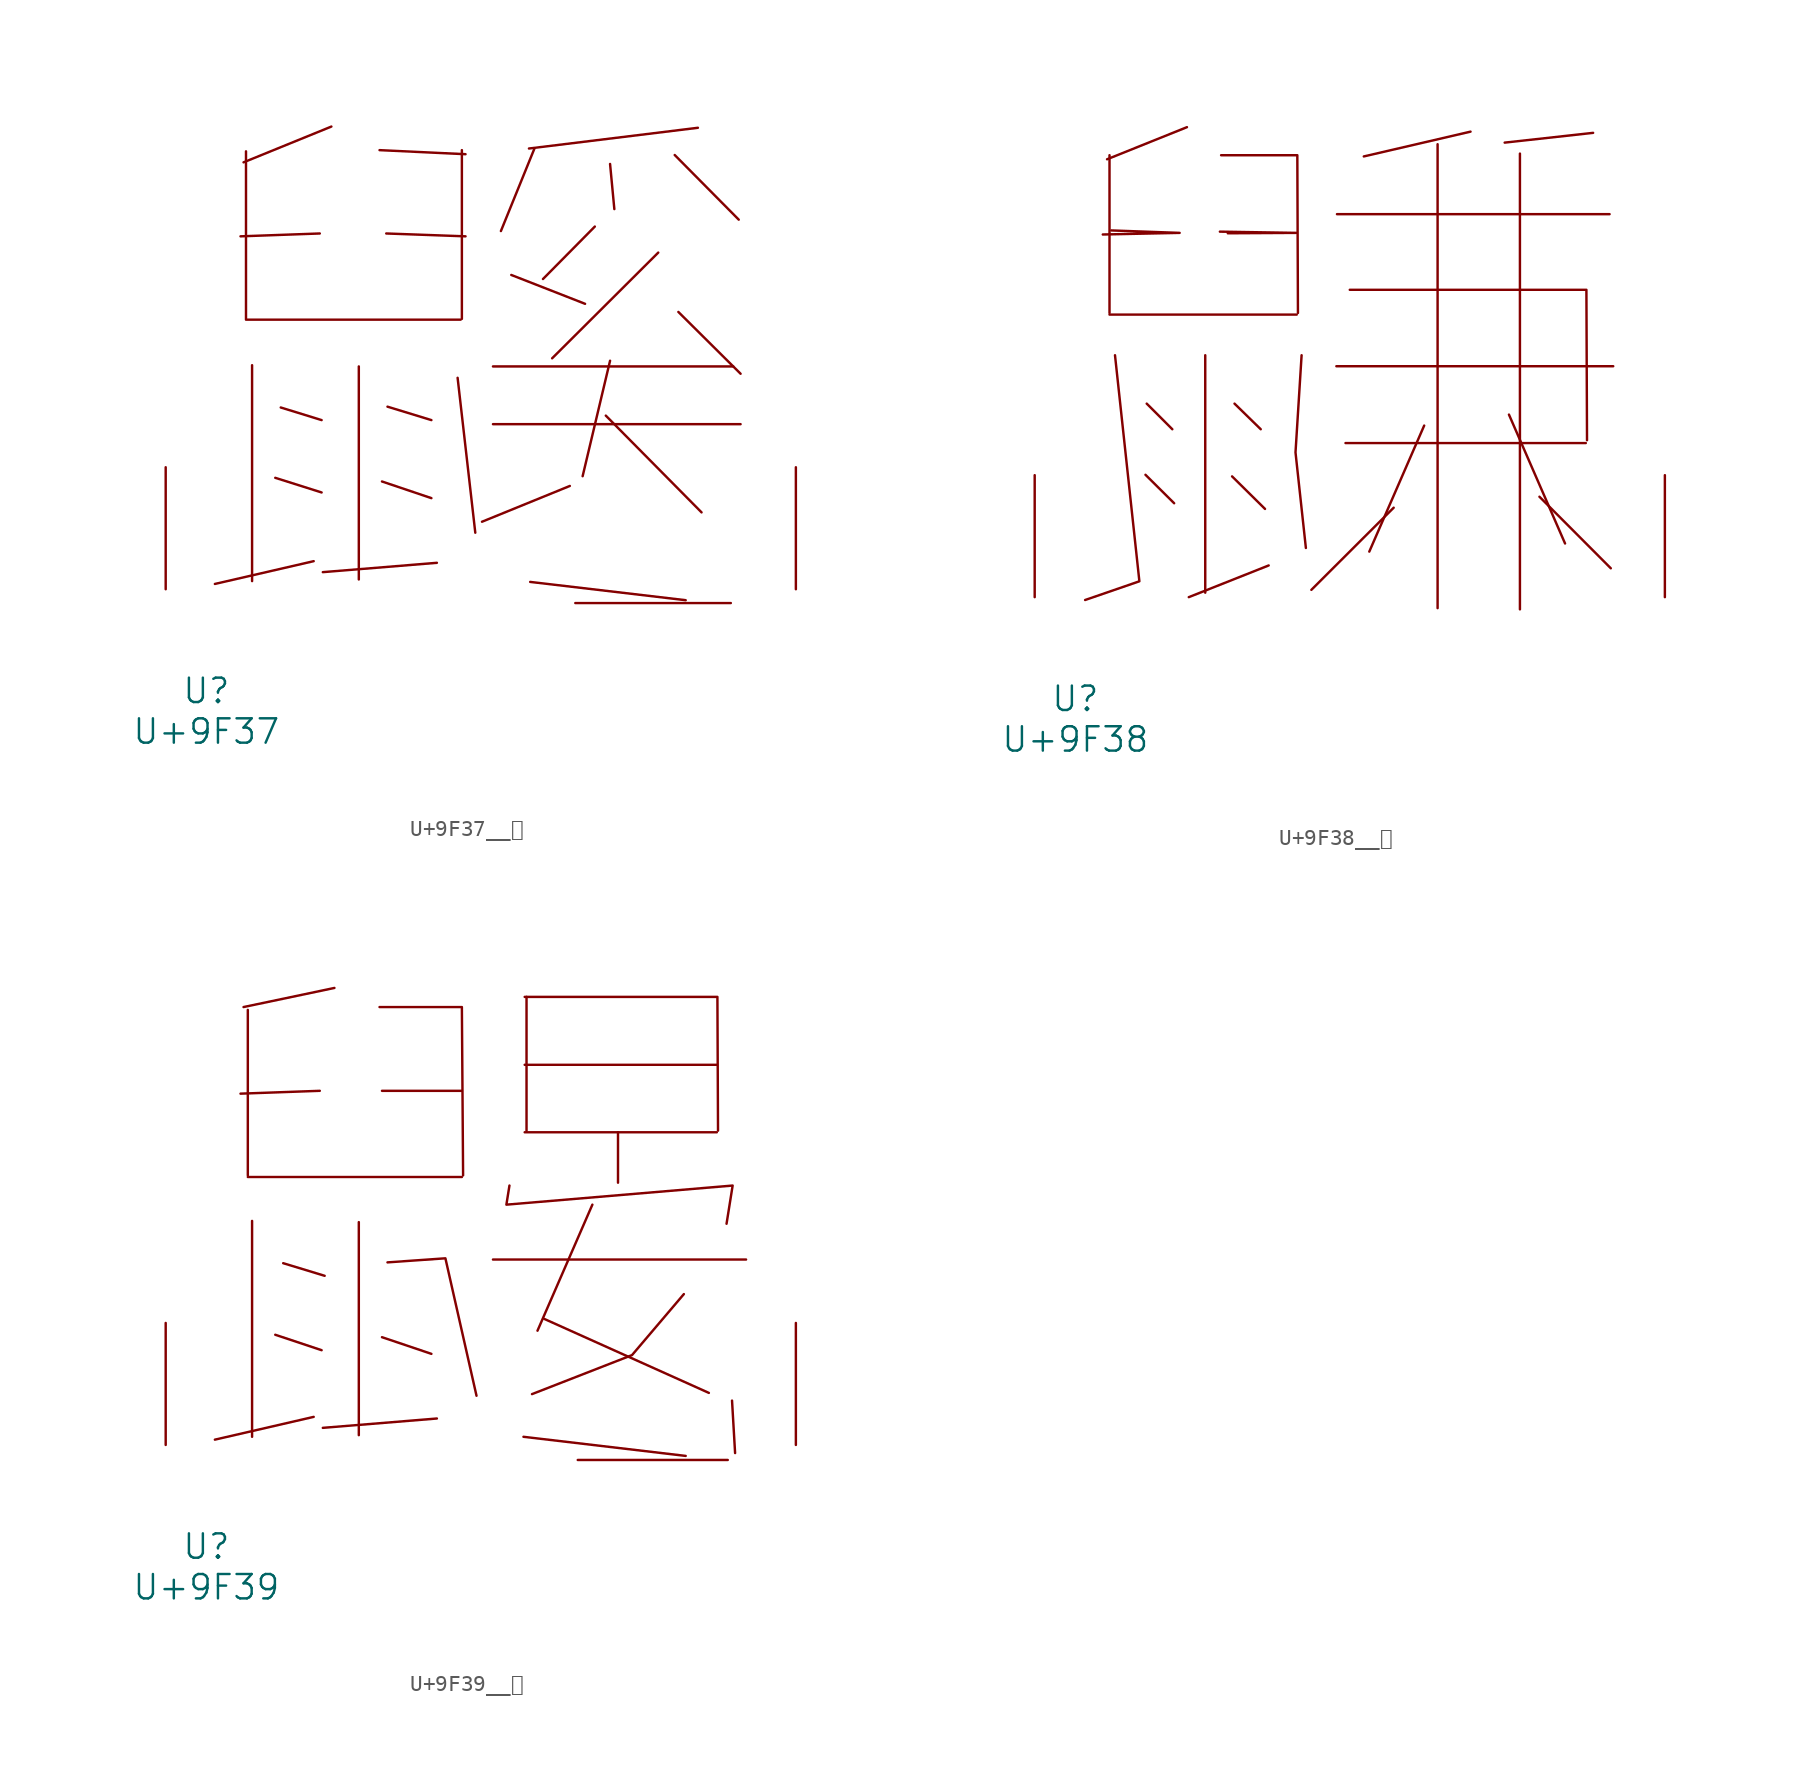
<source format=kicad_sym>
(kicad_symbol_lib
  (version 20231120)
  (generator "kicad_symbol_editor")
  (generator_version "8.0")
  (symbol "U+9F37__鼷"
    (pin_names
      (offset 1.016))
    (property "Reference" "U"
      (at 0 -6.35 0)
      (effects (font (size 1.524 1.524))))
    (property "Value" "U+9F37"
      (at 0 -8.89 0)
      (effects (font (size 1.524 1.524))))
    (symbol "U+9F37__鼷_0_1"
      (polyline (pts (xy 2.477 16.84) (xy 15.888 16.84)) (stroke (width 0) (type solid)) (fill (type none)))
      (polyline (pts (xy 2.477 27.356) (xy 2.477 16.891)) (stroke (width 0) (type solid)) (fill (type none)))
      (polyline (pts (xy 2.857 13.995) (xy 2.857 0.508)) (stroke (width 0) (type solid)) (fill (type none)))
      (polyline (pts (xy 4.305 6.96) (xy 7.201 6.045)) (stroke (width 0) (type solid)) (fill (type none)))
      (polyline (pts (xy 4.648 11.354) (xy 7.201 10.566)) (stroke (width 0) (type solid)) (fill (type none)))
      (polyline (pts (xy 6.706 1.753) (xy 0.533 0.33)) (stroke (width 0) (type solid)) (fill (type none)))
      (polyline (pts (xy 7.087 22.225) (xy 2.134 22.047)) (stroke (width 0) (type solid)) (fill (type none)))
      (polyline (pts (xy 7.811 28.905) (xy 2.324 26.67)) (stroke (width 0) (type solid)) (fill (type none)))
      (polyline (pts (xy 9.525 13.919) (xy 9.525 0.61)) (stroke (width 0) (type solid)) (fill (type none)))
      (polyline (pts (xy 10.82 27.432) (xy 16.192 27.178)) (stroke (width 0) (type solid)) (fill (type none)))
      (polyline (pts (xy 10.973 6.731) (xy 14.059 5.69)) (stroke (width 0) (type solid)) (fill (type none)))
      (polyline (pts (xy 11.239 22.225) (xy 16.192 22.047)) (stroke (width 0) (type solid)) (fill (type none)))
      (polyline (pts (xy 11.316 11.405) (xy 14.059 10.566)) (stroke (width 0) (type solid)) (fill (type none)))
      (polyline (pts (xy 14.402 1.651) (xy 7.277 1.067)) (stroke (width 0) (type solid)) (fill (type none)))
      (polyline (pts (xy 15.697 13.208) (xy 16.802 3.531)) (stroke (width 0) (type solid)) (fill (type none)))
      (polyline (pts (xy 15.964 27.432) (xy 15.964 16.891)) (stroke (width 0) (type solid)) (fill (type none)))
      (polyline (pts (xy 17.907 10.312) (xy 33.376 10.312)) (stroke (width 0) (type solid)) (fill (type none)))
      (polyline (pts (xy 17.907 13.919) (xy 32.918 13.919)) (stroke (width 0) (type solid)) (fill (type none)))
      (polyline (pts (xy 19.05 19.634) (xy 23.66 17.831)) (stroke (width 0) (type solid)) (fill (type none)))
      (polyline (pts (xy 20.231 0.457) (xy 29.947 -0.686)) (stroke (width 0) (type solid)) (fill (type none)))
      (polyline (pts (xy 20.498 27.534) (xy 18.402 22.377)) (stroke (width 0) (type solid)) (fill (type none)))
      (polyline (pts (xy 22.708 6.452) (xy 17.221 4.216)) (stroke (width 0) (type solid)) (fill (type none)))
      (polyline (pts (xy 23.05 -0.864) (xy 32.766 -0.864)) (stroke (width 0) (type solid)) (fill (type none)))
      (polyline (pts (xy 24.27 22.657) (xy 21.031 19.38)) (stroke (width 0) (type solid)) (fill (type none)))
      (polyline (pts (xy 24.956 10.846) (xy 30.937 4.801)) (stroke (width 0) (type solid)) (fill (type none)))
      (polyline (pts (xy 25.222 14.275) (xy 23.508 7.061)) (stroke (width 0) (type solid)) (fill (type none)))
      (polyline (pts (xy 25.222 26.568) (xy 25.489 23.749)) (stroke (width 0) (type solid)) (fill (type none)))
      (polyline (pts (xy 28.232 21.031) (xy 21.603 14.427)) (stroke (width 0) (type solid)) (fill (type none)))
      (polyline (pts (xy 29.261 27.127) (xy 33.261 23.089)) (stroke (width 0) (type solid)) (fill (type none)))
      (polyline (pts (xy 29.489 17.323) (xy 33.376 13.462)) (stroke (width 0) (type solid)) (fill (type none)))
      (polyline (pts (xy 30.709 28.829) (xy 20.155 27.534)) (stroke (width 0) (type solid)) (fill (type none)))
      (pin input line (at -2.54 0 90) (length 7.62) (name "~" (effects (font (size 1.27 1.27)))) (number "~" (effects (font (size 1.27 1.27)))))
      (pin input line (at 36.83 0 90) (length 7.62) (name "~" (effects (font (size 1.27 1.27)))) (number "~" (effects (font (size 1.27 1.27)))))))
  (symbol "U+9F38__鼸"
    (pin_names
      (offset 1.016))
    (property "Reference" "U"
      (at 0 -6.35 0)
      (effects (font (size 1.524 1.524))))
    (property "Value" "U+9F38"
      (at 0 -8.89 0)
      (effects (font (size 1.524 1.524))))
    (symbol "U+9F38__鼸_0_1"
      (polyline (pts (xy 2.134 17.653) (xy 13.83 17.653)) (stroke (width 0) (type solid)) (fill (type none)))
      (polyline (pts (xy 2.134 27.61) (xy 2.134 17.755)) (stroke (width 0) (type solid)) (fill (type none)))
      (polyline (pts (xy 4.381 7.645) (xy 6.172 5.867)) (stroke (width 0) (type solid)) (fill (type none)))
      (polyline (pts (xy 4.458 12.09) (xy 6.058 10.49)) (stroke (width 0) (type solid)) (fill (type none)))
      (polyline (pts (xy 6.972 29.362) (xy 1.981 27.356)) (stroke (width 0) (type solid)) (fill (type none)))
      (polyline (pts (xy 8.115 15.113) (xy 8.115 0.279)) (stroke (width 0) (type solid)) (fill (type none)))
      (polyline (pts (xy 9.792 7.544) (xy 11.849 5.512)) (stroke (width 0) (type solid)) (fill (type none)))
      (polyline (pts (xy 9.944 12.09) (xy 11.582 10.49)) (stroke (width 0) (type solid)) (fill (type none)))
      (polyline (pts (xy 12.078 1.981) (xy 7.087 0)) (stroke (width 0) (type solid)) (fill (type none)))
      (polyline (pts (xy 16.307 14.427) (xy 33.604 14.427)) (stroke (width 0) (type solid)) (fill (type none)))
      (polyline (pts (xy 16.345 23.927) (xy 33.376 23.927)) (stroke (width 0) (type solid)) (fill (type none)))
      (polyline (pts (xy 16.878 9.627) (xy 31.89 9.627)) (stroke (width 0) (type solid)) (fill (type none)))
      (polyline (pts (xy 19.888 5.588) (xy 14.745 0.457)) (stroke (width 0) (type solid)) (fill (type none)))
      (polyline (pts (xy 21.793 10.719) (xy 18.364 2.845)) (stroke (width 0) (type solid)) (fill (type none)))
      (polyline (pts (xy 22.631 28.296) (xy 22.631 -0.686)) (stroke (width 0) (type solid)) (fill (type none)))
      (polyline (pts (xy 24.689 29.083) (xy 18.021 27.534)) (stroke (width 0) (type solid)) (fill (type none)))
      (polyline (pts (xy 27.089 11.405) (xy 30.594 3.353)) (stroke (width 0) (type solid)) (fill (type none)))
      (polyline (pts (xy 27.775 27.711) (xy 27.775 -0.762)) (stroke (width 0) (type solid)) (fill (type none)))
      (polyline (pts (xy 28.994 6.274) (xy 33.452 1.803)) (stroke (width 0) (type solid)) (fill (type none)))
      (polyline (pts (xy 32.347 29.007) (xy 26.822 28.397)) (stroke (width 0) (type solid)) (fill (type none)))
      (polyline (pts (xy 2.248 22.911) (xy 6.515 22.758) (xy 1.714 22.657)) (stroke (width 0) (type solid)) (fill (type none)))
      (polyline (pts (xy 2.477 15.113) (xy 4 0.991) (xy 0.61 -0.178)) (stroke (width 0) (type solid)) (fill (type none)))
      (polyline (pts (xy 9.106 27.61) (xy 13.868 27.61) (xy 13.906 17.755)) (stroke (width 0) (type solid)) (fill (type none)))
      (polyline (pts (xy 9.525 22.733) (xy 13.83 22.758) (xy 9.03 22.835)) (stroke (width 0) (type solid)) (fill (type none)))
      (polyline (pts (xy 14.135 15.113) (xy 13.754 9.042) (xy 14.402 3.073)) (stroke (width 0) (type solid)) (fill (type none)))
      (polyline (pts (xy 17.145 19.202) (xy 31.928 19.202) (xy 31.966 9.804)) (stroke (width 0) (type solid)) (fill (type none)))
      (pin input line (at -2.54 0 90) (length 7.62) (name "~" (effects (font (size 1.27 1.27)))) (number "~" (effects (font (size 1.27 1.27)))))
      (pin input line (at 36.83 0 90) (length 7.62) (name "~" (effects (font (size 1.27 1.27)))) (number "~" (effects (font (size 1.27 1.27)))))))
  (symbol "U+9F39__鼹"
    (pin_names
      (offset 1.016))
    (property "Reference" "U"
      (at 0 -6.35 0)
      (effects (font (size 1.524 1.524))))
    (property "Value" "U+9F39"
      (at 0 -8.89 0)
      (effects (font (size 1.524 1.524))))
    (symbol "U+9F39__鼹_0_1"
      (polyline (pts (xy 2.591 16.739) (xy 15.964 16.739)) (stroke (width 0) (type solid)) (fill (type none)))
      (polyline (pts (xy 2.591 27.178) (xy 2.591 16.84)) (stroke (width 0) (type solid)) (fill (type none)))
      (polyline (pts (xy 2.857 13.995) (xy 2.857 0.508)) (stroke (width 0) (type solid)) (fill (type none)))
      (polyline (pts (xy 4.305 6.883) (xy 7.201 5.918)) (stroke (width 0) (type solid)) (fill (type none)))
      (polyline (pts (xy 4.801 11.354) (xy 7.391 10.566)) (stroke (width 0) (type solid)) (fill (type none)))
      (polyline (pts (xy 6.706 1.753) (xy 0.533 0.33)) (stroke (width 0) (type solid)) (fill (type none)))
      (polyline (pts (xy 7.087 22.123) (xy 2.134 21.946)) (stroke (width 0) (type solid)) (fill (type none)))
      (polyline (pts (xy 8.001 28.55) (xy 2.324 27.356)) (stroke (width 0) (type solid)) (fill (type none)))
      (polyline (pts (xy 9.525 13.919) (xy 9.525 0.61)) (stroke (width 0) (type solid)) (fill (type none)))
      (polyline (pts (xy 10.973 6.731) (xy 14.059 5.69)) (stroke (width 0) (type solid)) (fill (type none)))
      (polyline (pts (xy 10.973 22.123) (xy 15.964 22.123)) (stroke (width 0) (type solid)) (fill (type none)))
      (polyline (pts (xy 14.402 1.651) (xy 7.277 1.067)) (stroke (width 0) (type solid)) (fill (type none)))
      (polyline (pts (xy 17.907 11.582) (xy 33.718 11.582)) (stroke (width 0) (type solid)) (fill (type none)))
      (polyline (pts (xy 19.812 0.508) (xy 29.947 -0.686)) (stroke (width 0) (type solid)) (fill (type none)))
      (polyline (pts (xy 19.888 19.533) (xy 31.89 19.533)) (stroke (width 0) (type solid)) (fill (type none)))
      (polyline (pts (xy 19.888 23.749) (xy 31.89 23.749)) (stroke (width 0) (type solid)) (fill (type none)))
      (polyline (pts (xy 20.003 27.991) (xy 20.003 19.634)) (stroke (width 0) (type solid)) (fill (type none)))
      (polyline (pts (xy 21.107 7.874) (xy 31.394 3.251)) (stroke (width 0) (type solid)) (fill (type none)))
      (polyline (pts (xy 23.203 -0.94) (xy 32.575 -0.94)) (stroke (width 0) (type solid)) (fill (type none)))
      (polyline (pts (xy 24.117 15.011) (xy 20.688 7.137)) (stroke (width 0) (type solid)) (fill (type none)))
      (polyline (pts (xy 25.718 19.533) (xy 25.718 16.383)) (stroke (width 0) (type solid)) (fill (type none)))
      (polyline (pts (xy 32.842 2.769) (xy 33.033 -0.508)) (stroke (width 0) (type solid)) (fill (type none)))
      (polyline (pts (xy 10.82 27.356) (xy 15.964 27.356) (xy 16.04 16.84)) (stroke (width 0) (type solid)) (fill (type none)))
      (polyline (pts (xy 11.316 11.405) (xy 14.935 11.659) (xy 16.878 3.073)) (stroke (width 0) (type solid)) (fill (type none)))
      (polyline (pts (xy 19.888 27.991) (xy 31.928 27.991) (xy 31.966 19.634)) (stroke (width 0) (type solid)) (fill (type none)))
      (polyline (pts (xy 29.832 9.423) (xy 26.594 5.613) (xy 20.345 3.175)) (stroke (width 0) (type solid)) (fill (type none)))
      (polyline (pts (xy 18.936 16.205) (xy 18.745 15.011) (xy 32.88 16.205) (xy 32.499 13.818)) (stroke (width 0) (type solid)) (fill (type none)))
      (pin input line (at -2.54 0 90) (length 7.62) (name "~" (effects (font (size 1.27 1.27)))) (number "~" (effects (font (size 1.27 1.27)))))
      (pin input line (at 36.83 0 90) (length 7.62) (name "~" (effects (font (size 1.27 1.27)))) (number "~" (effects (font (size 1.27 1.27))))))))
</source>
